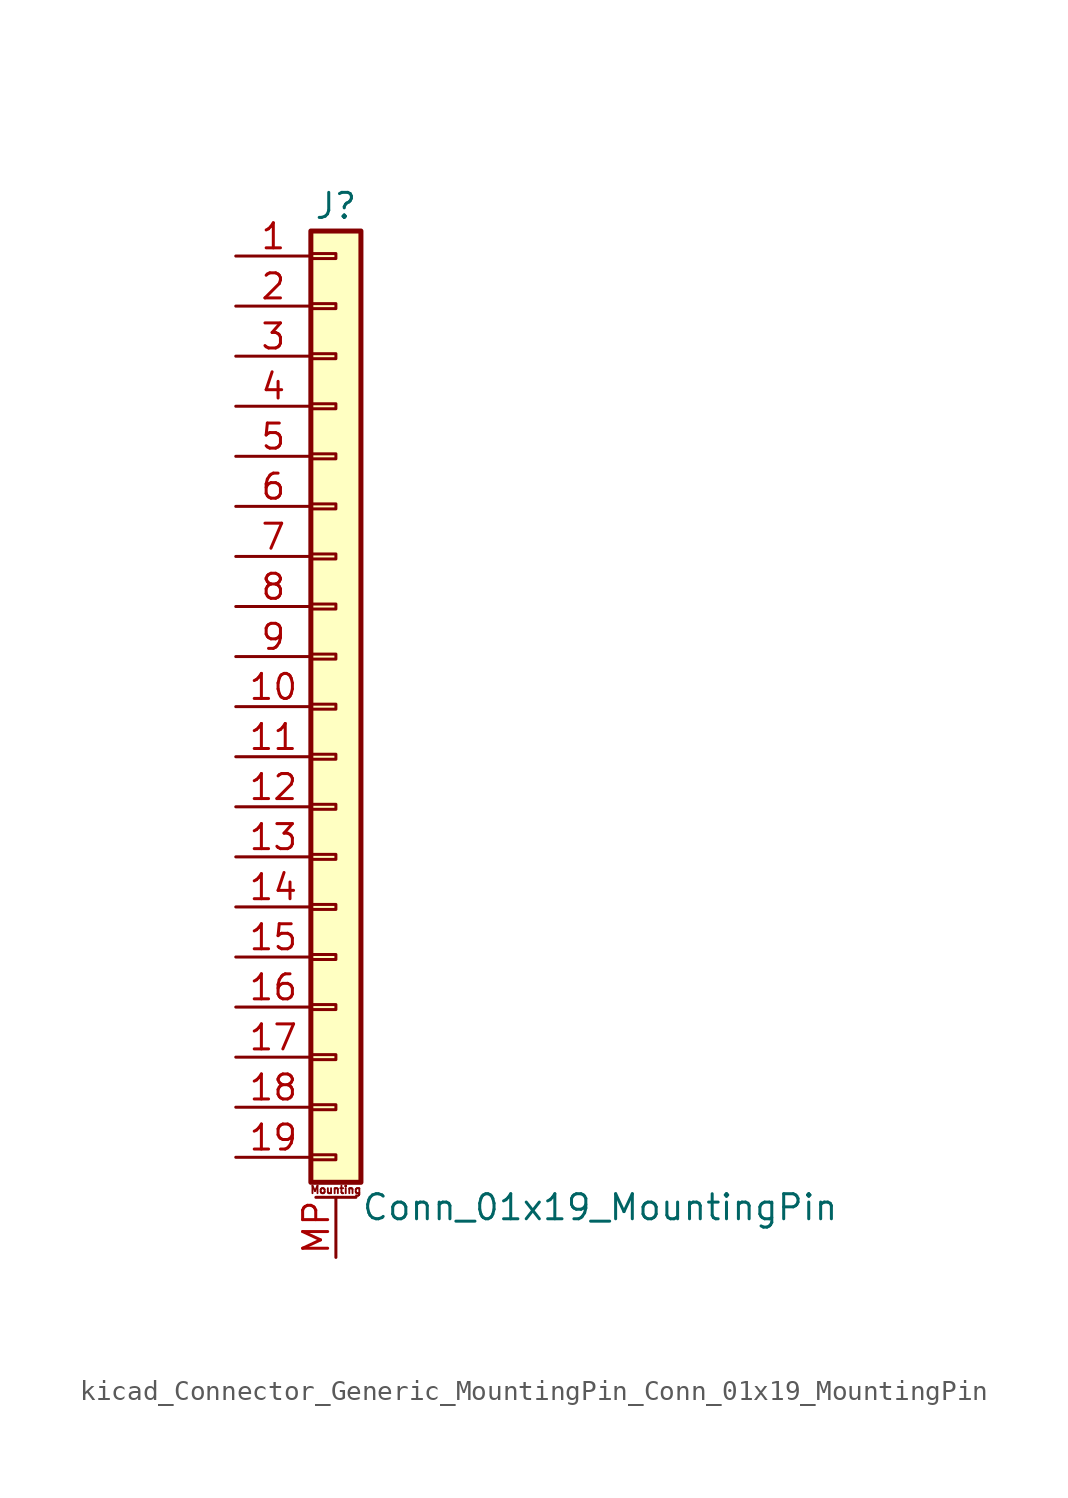
<source format=kicad_sym>
(kicad_symbol_lib
  (version 20220914)
  (generator kicad_symbol_editor)
  (symbol "kicad_Connector_Generic_MountingPin_Conn_01x19_MountingPin"
    (pin_names
      (offset 1.016) hide)
    (property "Reference" "J"
      (at 0 25.4 0)
      (effects (font (size 1.27 1.27))))
    (property "Value" "Conn_01x19_MountingPin"
      (at 1.27 -25.4 0)
      (effects (font (size 1.27 1.27)) (justify left)))
    (symbol "kicad_Connector_Generic_MountingPin_Conn_01x19_MountingPin_1_1"
      (rectangle (start -1.27 -22.733) (end 0 -22.987) (stroke (width 0.152) (type default)) (fill (type none)))
      (rectangle (start -1.27 -20.193) (end 0 -20.447) (stroke (width 0.152) (type default)) (fill (type none)))
      (rectangle (start -1.27 -17.653) (end 0 -17.907) (stroke (width 0.152) (type default)) (fill (type none)))
      (rectangle (start -1.27 -15.113) (end 0 -15.367) (stroke (width 0.152) (type default)) (fill (type none)))
      (rectangle (start -1.27 -12.573) (end 0 -12.827) (stroke (width 0.152) (type default)) (fill (type none)))
      (rectangle (start -1.27 -10.033) (end 0 -10.287) (stroke (width 0.152) (type default)) (fill (type none)))
      (rectangle (start -1.27 -7.493) (end 0 -7.747) (stroke (width 0.152) (type default)) (fill (type none)))
      (rectangle (start -1.27 -4.953) (end 0 -5.207) (stroke (width 0.152) (type default)) (fill (type none)))
      (rectangle (start -1.27 -2.413) (end 0 -2.667) (stroke (width 0.152) (type default)) (fill (type none)))
      (rectangle (start -1.27 0.127) (end 0 -0.127) (stroke (width 0.152) (type default)) (fill (type none)))
      (rectangle (start -1.27 2.667) (end 0 2.413) (stroke (width 0.152) (type default)) (fill (type none)))
      (rectangle (start -1.27 5.207) (end 0 4.953) (stroke (width 0.152) (type default)) (fill (type none)))
      (rectangle (start -1.27 7.747) (end 0 7.493) (stroke (width 0.152) (type default)) (fill (type none)))
      (rectangle (start -1.27 10.287) (end 0 10.033) (stroke (width 0.152) (type default)) (fill (type none)))
      (rectangle (start -1.27 12.827) (end 0 12.573) (stroke (width 0.152) (type default)) (fill (type none)))
      (rectangle (start -1.27 15.367) (end 0 15.113) (stroke (width 0.152) (type default)) (fill (type none)))
      (rectangle (start -1.27 17.907) (end 0 17.653) (stroke (width 0.152) (type default)) (fill (type none)))
      (rectangle (start -1.27 20.447) (end 0 20.193) (stroke (width 0.152) (type default)) (fill (type none)))
      (rectangle (start -1.27 22.987) (end 0 22.733) (stroke (width 0.152) (type default)) (fill (type none)))
      (rectangle (start -1.27 24.13) (end 1.27 -24.13) (stroke (width 0.254) (type default)) (fill (type background)))
      (polyline (pts (xy -1.016 -24.892) (xy 1.016 -24.892)) (stroke (width 0.152) (type default)) (fill (type none)))
      (text "Mounting" (at 0 -24.511 0) (effects (font (size 0.381 0.381))))
      (pin passive line (at -5.08 22.86 0) (length 3.81) (name "Pin_1" (effects (font (size 1.27 1.27)))) (number "1" (effects (font (size 1.27 1.27)))))
      (pin passive line (at -5.08 0 0) (length 3.81) (name "Pin_10" (effects (font (size 1.27 1.27)))) (number "10" (effects (font (size 1.27 1.27)))))
      (pin passive line (at -5.08 -2.54 0) (length 3.81) (name "Pin_11" (effects (font (size 1.27 1.27)))) (number "11" (effects (font (size 1.27 1.27)))))
      (pin passive line (at -5.08 -5.08 0) (length 3.81) (name "Pin_12" (effects (font (size 1.27 1.27)))) (number "12" (effects (font (size 1.27 1.27)))))
      (pin passive line (at -5.08 -7.62 0) (length 3.81) (name "Pin_13" (effects (font (size 1.27 1.27)))) (number "13" (effects (font (size 1.27 1.27)))))
      (pin passive line (at -5.08 -10.16 0) (length 3.81) (name "Pin_14" (effects (font (size 1.27 1.27)))) (number "14" (effects (font (size 1.27 1.27)))))
      (pin passive line (at -5.08 -12.7 0) (length 3.81) (name "Pin_15" (effects (font (size 1.27 1.27)))) (number "15" (effects (font (size 1.27 1.27)))))
      (pin passive line (at -5.08 -15.24 0) (length 3.81) (name "Pin_16" (effects (font (size 1.27 1.27)))) (number "16" (effects (font (size 1.27 1.27)))))
      (pin passive line (at -5.08 -17.78 0) (length 3.81) (name "Pin_17" (effects (font (size 1.27 1.27)))) (number "17" (effects (font (size 1.27 1.27)))))
      (pin passive line (at -5.08 -20.32 0) (length 3.81) (name "Pin_18" (effects (font (size 1.27 1.27)))) (number "18" (effects (font (size 1.27 1.27)))))
      (pin passive line (at -5.08 -22.86 0) (length 3.81) (name "Pin_19" (effects (font (size 1.27 1.27)))) (number "19" (effects (font (size 1.27 1.27)))))
      (pin passive line (at -5.08 20.32 0) (length 3.81) (name "Pin_2" (effects (font (size 1.27 1.27)))) (number "2" (effects (font (size 1.27 1.27)))))
      (pin passive line (at -5.08 17.78 0) (length 3.81) (name "Pin_3" (effects (font (size 1.27 1.27)))) (number "3" (effects (font (size 1.27 1.27)))))
      (pin passive line (at -5.08 15.24 0) (length 3.81) (name "Pin_4" (effects (font (size 1.27 1.27)))) (number "4" (effects (font (size 1.27 1.27)))))
      (pin passive line (at -5.08 12.7 0) (length 3.81) (name "Pin_5" (effects (font (size 1.27 1.27)))) (number "5" (effects (font (size 1.27 1.27)))))
      (pin passive line (at -5.08 10.16 0) (length 3.81) (name "Pin_6" (effects (font (size 1.27 1.27)))) (number "6" (effects (font (size 1.27 1.27)))))
      (pin passive line (at -5.08 7.62 0) (length 3.81) (name "Pin_7" (effects (font (size 1.27 1.27)))) (number "7" (effects (font (size 1.27 1.27)))))
      (pin passive line (at -5.08 5.08 0) (length 3.81) (name "Pin_8" (effects (font (size 1.27 1.27)))) (number "8" (effects (font (size 1.27 1.27)))))
      (pin passive line (at -5.08 2.54 0) (length 3.81) (name "Pin_9" (effects (font (size 1.27 1.27)))) (number "9" (effects (font (size 1.27 1.27)))))
      (pin passive line (at 0 -27.94 90) (length 3.048) (name "MountPin" (effects (font (size 1.27 1.27)))) (number "MP" (effects (font (size 1.27 1.27))))))))
</source>
